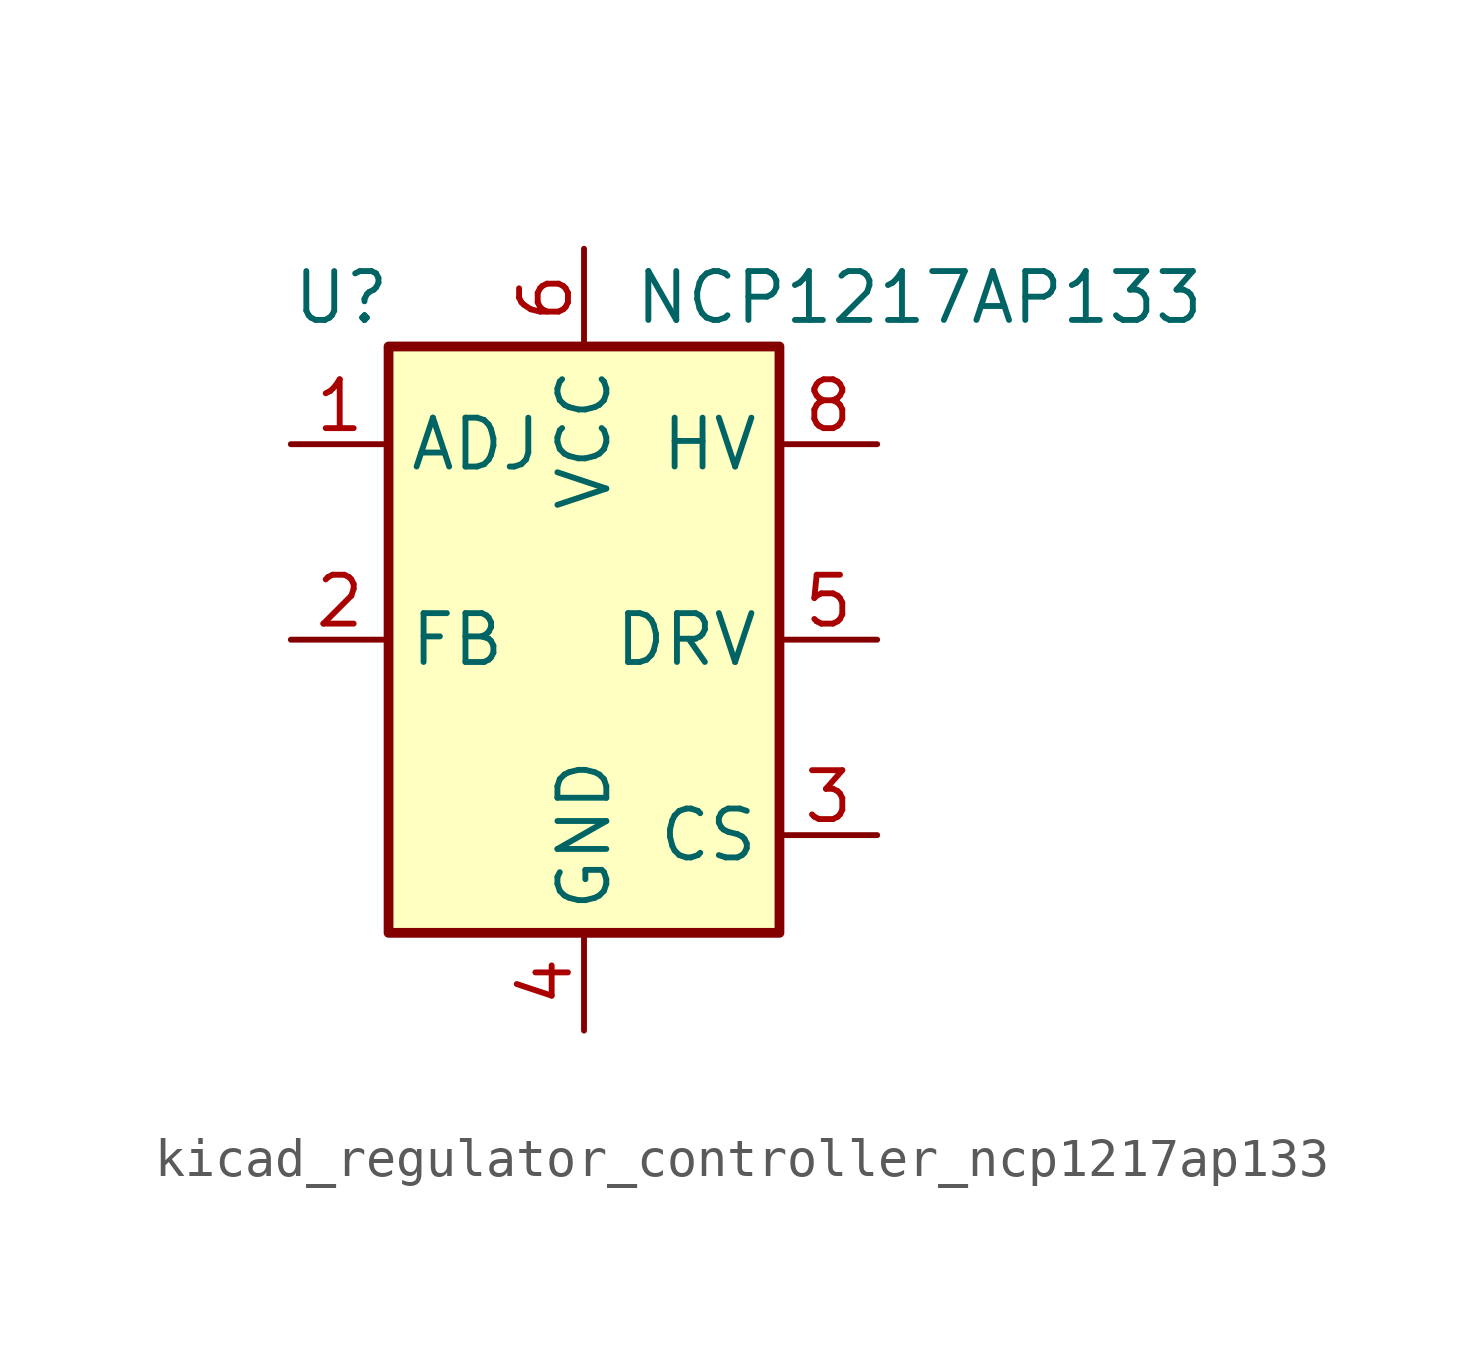
<source format=kicad_sym>
(kicad_symbol_lib
  (version 20220914)
  (generator kicad_symbol_editor)
  (symbol "kicad_regulator_controller_ncp1217ap133"
    (property "Reference" "U"
      (at -7.62 8.89 0)
      (effects (font (size 1.27 1.27)) (justify left)))
    (property "Value" "NCP1217AP133"
      (at 1.27 8.89 0)
      (effects (font (size 1.27 1.27)) (justify left)))
    (symbol "kicad_regulator_controller_ncp1217ap133_0_0"
      (rectangle (start -5.08 7.62) (end 5.08 -7.62) (stroke (width 0.254) (type default)) (fill (type background))))
    (symbol "kicad_regulator_controller_ncp1217ap133_1_1"
      (pin input line (at -7.62 5.08 0) (length 2.54) (name "ADJ" (effects (font (size 1.27 1.27)))) (number "1" (effects (font (size 1.27 1.27)))))
      (pin input line (at -7.62 0 0) (length 2.54) (name "FB" (effects (font (size 1.27 1.27)))) (number "2" (effects (font (size 1.27 1.27)))))
      (pin input line (at 7.62 -5.08 180) (length 2.54) (name "CS" (effects (font (size 1.27 1.27)))) (number "3" (effects (font (size 1.27 1.27)))))
      (pin power_in line (at 0 -10.16 90) (length 2.54) (name "GND" (effects (font (size 1.27 1.27)))) (number "4" (effects (font (size 1.27 1.27)))))
      (pin output line (at 7.62 0 180) (length 2.54) (name "DRV" (effects (font (size 1.27 1.27)))) (number "5" (effects (font (size 1.27 1.27)))))
      (pin power_in line (at 0 10.16 270) (length 2.54) (name "VCC" (effects (font (size 1.27 1.27)))) (number "6" (effects (font (size 1.27 1.27)))))
      (pin no_connect line (at -5.08 2.54 0) (length 2.54) hide (name "NC" (effects (font (size 1.27 1.27)))) (number "7" (effects (font (size 1.27 1.27)))))
      (pin input line (at 7.62 5.08 180) (length 2.54) (name "HV" (effects (font (size 1.27 1.27)))) (number "8" (effects (font (size 1.27 1.27))))))))
</source>
